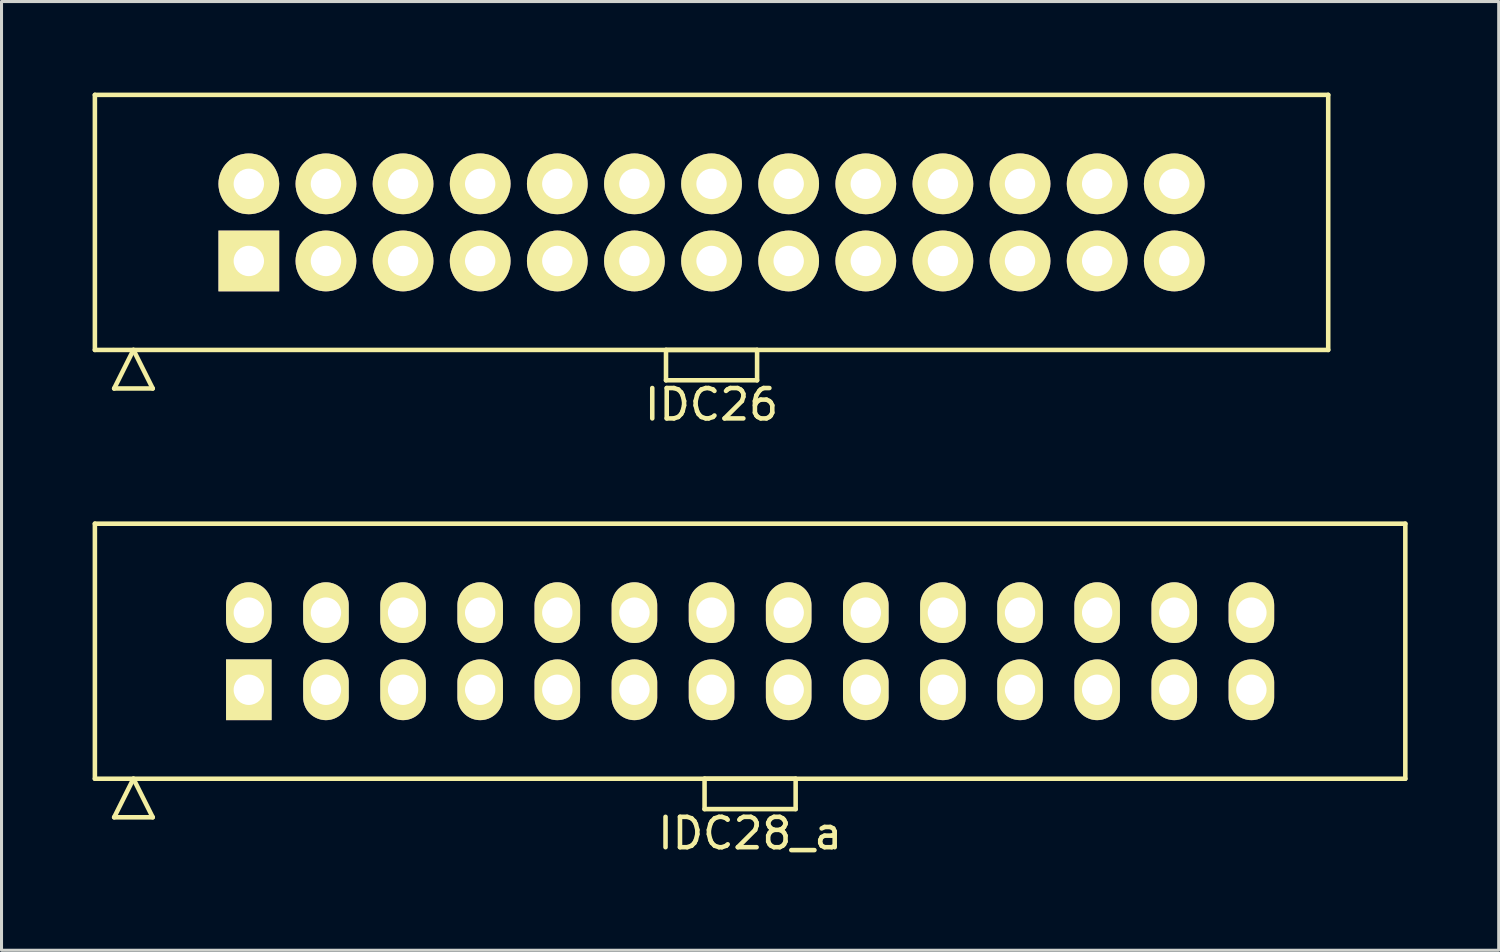
<source format=kicad_pcb>
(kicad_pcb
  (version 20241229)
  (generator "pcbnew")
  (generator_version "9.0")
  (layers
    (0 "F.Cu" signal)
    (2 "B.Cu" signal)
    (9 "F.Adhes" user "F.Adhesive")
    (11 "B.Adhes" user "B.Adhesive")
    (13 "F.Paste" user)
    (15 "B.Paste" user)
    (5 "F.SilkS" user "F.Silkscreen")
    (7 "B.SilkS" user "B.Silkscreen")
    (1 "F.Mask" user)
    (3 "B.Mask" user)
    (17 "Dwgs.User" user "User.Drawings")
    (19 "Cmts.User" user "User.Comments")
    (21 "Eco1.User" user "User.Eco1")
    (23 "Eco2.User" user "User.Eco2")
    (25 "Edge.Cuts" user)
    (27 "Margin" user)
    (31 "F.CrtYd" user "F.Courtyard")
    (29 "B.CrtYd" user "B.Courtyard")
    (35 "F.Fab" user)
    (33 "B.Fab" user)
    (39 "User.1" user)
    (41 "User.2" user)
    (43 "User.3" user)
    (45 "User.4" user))
  (footprint "IDC28_a"
    (layer "F.Cu")
    (at 21.655 18.398)
    (property "Reference" "IDC28_a" (at 0 6 0) (layer "F.SilkS") (effects (font (size 1 1) (thickness 0.15))))
    (attr through_hole)
    (fp_line (start -21.58 -4.2) (end -21.58 4.2) (stroke (width 0.15) (type solid)) (layer "F.SilkS"))
    (fp_line (start -21.58 4.2) (end 21.58 4.2) (stroke (width 0.15) (type solid)) (layer "F.SilkS"))
    (fp_line (start -20.945 5.47) (end -20.31 4.2) (stroke (width 0.15) (type solid)) (layer "F.SilkS"))
    (fp_line (start -20.945 5.47) (end -19.675 5.47) (stroke (width 0.15) (type solid)) (layer "F.SilkS"))
    (fp_line (start -19.675 5.47) (end -20.31 4.2) (stroke (width 0.15) (type solid)) (layer "F.SilkS"))
    (fp_line (start -1.5 4.2) (end -1.5 5.2) (stroke (width 0.15) (type solid)) (layer "F.SilkS"))
    (fp_line (start -1.5 5.2) (end 1.5 5.2) (stroke (width 0.15) (type solid)) (layer "F.SilkS"))
    (fp_line (start 1.5 4.2) (end -1.5 4.2) (stroke (width 0.15) (type solid)) (layer "F.SilkS"))
    (fp_line (start 1.5 5.2) (end 1.5 4.2) (stroke (width 0.15) (type solid)) (layer "F.SilkS"))
    (fp_line (start 21.58 -4.2) (end -21.58 -4.2) (stroke (width 0.15) (type solid)) (layer "F.SilkS"))
    (fp_line (start 21.58 4.2) (end 21.58 -4.2) (stroke (width 0.15) (type solid)) (layer "F.SilkS"))
    (pad "1" thru_hole rect (at -16.51 1.27) (size 1.5 2) (drill 1) (layers "*.Cu" "*.Mask" "F.SilkS"))
    (pad "2" thru_hole oval (at -16.51 -1.27) (size 1.5 2) (drill 1) (layers "*.Cu" "*.Mask" "F.SilkS"))
    (pad "3" thru_hole oval (at -13.97 1.27) (size 1.5 2) (drill 1) (layers "*.Cu" "*.Mask" "F.SilkS"))
    (pad "4" thru_hole oval (at -13.97 -1.27) (size 1.5 2) (drill 1) (layers "*.Cu" "*.Mask" "F.SilkS"))
    (pad "5" thru_hole oval (at -11.43 1.27) (size 1.5 2) (drill 1) (layers "*.Cu" "*.Mask" "F.SilkS"))
    (pad "6" thru_hole oval (at -11.43 -1.27) (size 1.5 2) (drill 1) (layers "*.Cu" "*.Mask" "F.SilkS"))
    (pad "7" thru_hole oval (at -8.89 1.27) (size 1.5 2) (drill 1) (layers "*.Cu" "*.Mask" "F.SilkS"))
    (pad "8" thru_hole oval (at -8.89 -1.27) (size 1.5 2) (drill 1) (layers "*.Cu" "*.Mask" "F.SilkS"))
    (pad "9" thru_hole oval (at -6.35 1.27) (size 1.5 2) (drill 1) (layers "*.Cu" "*.Mask" "F.SilkS"))
    (pad "10" thru_hole oval (at -6.35 -1.27) (size 1.5 2) (drill 1) (layers "*.Cu" "*.Mask" "F.SilkS"))
    (pad "11" thru_hole oval (at -3.81 1.27) (size 1.5 2) (drill 1) (layers "*.Cu" "*.Mask" "F.SilkS"))
    (pad "12" thru_hole oval (at -3.81 -1.27) (size 1.5 2) (drill 1) (layers "*.Cu" "*.Mask" "F.SilkS"))
    (pad "13" thru_hole oval (at -1.27 1.27) (size 1.5 2) (drill 1) (layers "*.Cu" "*.Mask" "F.SilkS"))
    (pad "14" thru_hole oval (at -1.27 -1.27) (size 1.5 2) (drill 1) (layers "*.Cu" "*.Mask" "F.SilkS"))
    (pad "15" thru_hole oval (at 1.27 1.27) (size 1.5 2) (drill 1) (layers "*.Cu" "*.Mask" "F.SilkS"))
    (pad "16" thru_hole oval (at 1.27 -1.27) (size 1.5 2) (drill 1) (layers "*.Cu" "*.Mask" "F.SilkS"))
    (pad "17" thru_hole oval (at 3.81 1.27) (size 1.5 2) (drill 1) (layers "*.Cu" "*.Mask" "F.SilkS"))
    (pad "18" thru_hole oval (at 3.81 -1.27) (size 1.5 2) (drill 1) (layers "*.Cu" "*.Mask" "F.SilkS"))
    (pad "19" thru_hole oval (at 6.35 1.27) (size 1.5 2) (drill 1) (layers "*.Cu" "*.Mask" "F.SilkS"))
    (pad "20" thru_hole oval (at 6.35 -1.27) (size 1.5 2) (drill 1) (layers "*.Cu" "*.Mask" "F.SilkS"))
    (pad "21" thru_hole oval (at 8.89 1.27) (size 1.5 2) (drill 1) (layers "*.Cu" "*.Mask" "F.SilkS"))
    (pad "22" thru_hole oval (at 8.89 -1.27) (size 1.5 2) (drill 1) (layers "*.Cu" "*.Mask" "F.SilkS"))
    (pad "23" thru_hole oval (at 11.43 1.27) (size 1.5 2) (drill 1) (layers "*.Cu" "*.Mask" "F.SilkS"))
    (pad "24" thru_hole oval (at 11.43 -1.27) (size 1.5 2) (drill 1) (layers "*.Cu" "*.Mask" "F.SilkS"))
    (pad "25" thru_hole oval (at 13.97 1.27) (size 1.5 2) (drill 1) (layers "*.Cu" "*.Mask" "F.SilkS"))
    (pad "26" thru_hole oval (at 13.97 -1.27) (size 1.5 2) (drill 1) (layers "*.Cu" "*.Mask" "F.SilkS"))
    (pad "27" thru_hole oval (at 16.51 1.27) (size 1.5 2) (drill 1) (layers "*.Cu" "*.Mask" "F.SilkS"))
    (pad "28" thru_hole oval (at 16.51 -1.27) (size 1.5 2) (drill 1) (layers "*.Cu" "*.Mask" "F.SilkS")))
  (footprint "IDC26"
    (layer "F.Cu")
    (at 20.385 4.275)
    (property "Reference" "IDC26" (at 0 6 0) (layer "F.SilkS") (effects (font (size 1 1) (thickness 0.15))))
    (attr through_hole)
    (fp_line (start -20.31 -4.2) (end -20.31 4.2) (stroke (width 0.15) (type solid)) (layer "F.SilkS"))
    (fp_line (start -20.31 4.2) (end 20.31 4.2) (stroke (width 0.15) (type solid)) (layer "F.SilkS"))
    (fp_line (start -19.675 5.47) (end -19.04 4.2) (stroke (width 0.15) (type solid)) (layer "F.SilkS"))
    (fp_line (start -19.675 5.47) (end -18.405 5.47) (stroke (width 0.15) (type solid)) (layer "F.SilkS"))
    (fp_line (start -18.405 5.47) (end -19.04 4.2) (stroke (width 0.15) (type solid)) (layer "F.SilkS"))
    (fp_line (start -1.5 4.2) (end -1.5 5.2) (stroke (width 0.15) (type solid)) (layer "F.SilkS"))
    (fp_line (start -1.5 5.2) (end 1.5 5.2) (stroke (width 0.15) (type solid)) (layer "F.SilkS"))
    (fp_line (start 1.5 4.2) (end -1.5 4.2) (stroke (width 0.15) (type solid)) (layer "F.SilkS"))
    (fp_line (start 1.5 5.2) (end 1.5 4.2) (stroke (width 0.15) (type solid)) (layer "F.SilkS"))
    (fp_line (start 20.31 -4.2) (end -20.31 -4.2) (stroke (width 0.15) (type solid)) (layer "F.SilkS"))
    (fp_line (start 20.31 4.2) (end 20.31 -4.2) (stroke (width 0.15) (type solid)) (layer "F.SilkS"))
    (pad "1" thru_hole rect (at -15.24 1.27) (size 2 2) (drill 1) (layers "*.Cu" "*.Mask" "F.SilkS"))
    (pad "2" thru_hole oval (at -15.24 -1.27) (size 2 2) (drill 1) (layers "*.Cu" "*.Mask" "F.SilkS"))
    (pad "3" thru_hole oval (at -12.7 1.27) (size 2 2) (drill 1) (layers "*.Cu" "*.Mask" "F.SilkS"))
    (pad "4" thru_hole oval (at -12.7 -1.27) (size 2 2) (drill 1) (layers "*.Cu" "*.Mask" "F.SilkS"))
    (pad "5" thru_hole oval (at -10.16 1.27) (size 2 2) (drill 1) (layers "*.Cu" "*.Mask" "F.SilkS"))
    (pad "6" thru_hole oval (at -10.16 -1.27) (size 2 2) (drill 1) (layers "*.Cu" "*.Mask" "F.SilkS"))
    (pad "7" thru_hole oval (at -7.62 1.27) (size 2 2) (drill 1) (layers "*.Cu" "*.Mask" "F.SilkS"))
    (pad "8" thru_hole oval (at -7.62 -1.27) (size 2 2) (drill 1) (layers "*.Cu" "*.Mask" "F.SilkS"))
    (pad "9" thru_hole oval (at -5.08 1.27) (size 2 2) (drill 1) (layers "*.Cu" "*.Mask" "F.SilkS"))
    (pad "10" thru_hole oval (at -5.08 -1.27) (size 2 2) (drill 1) (layers "*.Cu" "*.Mask" "F.SilkS"))
    (pad "11" thru_hole oval (at -2.54 1.27) (size 2 2) (drill 1) (layers "*.Cu" "*.Mask" "F.SilkS"))
    (pad "12" thru_hole oval (at -2.54 -1.27) (size 2 2) (drill 1) (layers "*.Cu" "*.Mask" "F.SilkS"))
    (pad "13" thru_hole oval (at 0 1.27) (size 2 2) (drill 1) (layers "*.Cu" "*.Mask" "F.SilkS"))
    (pad "14" thru_hole oval (at 0 -1.27) (size 2 2) (drill 1) (layers "*.Cu" "*.Mask" "F.SilkS"))
    (pad "15" thru_hole oval (at 2.54 1.27) (size 2 2) (drill 1) (layers "*.Cu" "*.Mask" "F.SilkS"))
    (pad "16" thru_hole oval (at 2.54 -1.27) (size 2 2) (drill 1) (layers "*.Cu" "*.Mask" "F.SilkS"))
    (pad "17" thru_hole oval (at 5.08 1.27) (size 2 2) (drill 1) (layers "*.Cu" "*.Mask" "F.SilkS"))
    (pad "18" thru_hole oval (at 5.08 -1.27) (size 2 2) (drill 1) (layers "*.Cu" "*.Mask" "F.SilkS"))
    (pad "19" thru_hole oval (at 7.62 1.27) (size 2 2) (drill 1) (layers "*.Cu" "*.Mask" "F.SilkS"))
    (pad "20" thru_hole oval (at 7.62 -1.27) (size 2 2) (drill 1) (layers "*.Cu" "*.Mask" "F.SilkS"))
    (pad "21" thru_hole oval (at 10.16 1.27) (size 2 2) (drill 1) (layers "*.Cu" "*.Mask" "F.SilkS"))
    (pad "22" thru_hole oval (at 10.16 -1.27) (size 2 2) (drill 1) (layers "*.Cu" "*.Mask" "F.SilkS"))
    (pad "23" thru_hole oval (at 12.7 1.27) (size 2 2) (drill 1) (layers "*.Cu" "*.Mask" "F.SilkS"))
    (pad "24" thru_hole oval (at 12.7 -1.27) (size 2 2) (drill 1) (layers "*.Cu" "*.Mask" "F.SilkS"))
    (pad "25" thru_hole oval (at 15.24 1.27) (size 2 2) (drill 1) (layers "*.Cu" "*.Mask" "F.SilkS"))
    (pad "26" thru_hole oval (at 15.24 -1.27) (size 2 2) (drill 1) (layers "*.Cu" "*.Mask" "F.SilkS")))
  (gr_rect
    (start -3 -3)
    (end 46.31 28.247)
    (stroke (width 0.1) (type default))
    (fill no)
    (layer "Edge.Cuts")))
</source>
